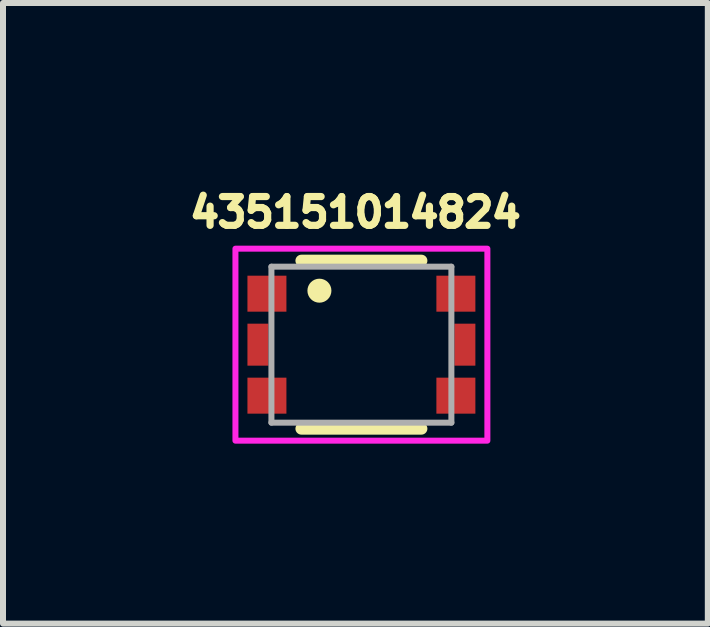
<source format=kicad_pcb>
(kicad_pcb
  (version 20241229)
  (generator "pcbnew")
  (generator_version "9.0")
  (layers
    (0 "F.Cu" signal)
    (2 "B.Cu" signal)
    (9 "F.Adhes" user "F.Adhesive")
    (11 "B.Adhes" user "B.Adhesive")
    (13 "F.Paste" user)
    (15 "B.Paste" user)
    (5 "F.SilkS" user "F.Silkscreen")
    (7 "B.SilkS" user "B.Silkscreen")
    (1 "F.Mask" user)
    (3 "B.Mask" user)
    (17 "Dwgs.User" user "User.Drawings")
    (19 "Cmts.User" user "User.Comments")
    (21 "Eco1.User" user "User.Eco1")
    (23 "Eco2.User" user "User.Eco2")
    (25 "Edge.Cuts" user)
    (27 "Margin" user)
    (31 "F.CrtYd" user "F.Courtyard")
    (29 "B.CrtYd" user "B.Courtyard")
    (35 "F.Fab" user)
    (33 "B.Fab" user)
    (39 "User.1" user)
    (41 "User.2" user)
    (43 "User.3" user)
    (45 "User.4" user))
  (footprint "435151014824"
    (layer "F.Cu")
    (at 2.975 2.696)
    (property "Reference" "435151014824" (at -0.1 -2.205 0) (layer "F.SilkS") (effects (font (size 0.48 0.48) (thickness 0.12))))
    (attr smd)
    (fp_line (start -1 -1.4) (end 1 -1.4) (stroke (width 0.2) (type solid)) (layer "F.SilkS"))
    (fp_line (start -1 1.4) (end 1 1.4) (stroke (width 0.2) (type solid)) (layer "F.SilkS"))
    (fp_circle (center -0.7 -0.9) (end -0.6 -0.9) (stroke (width 0.2) (type solid)) (fill no) (layer "F.SilkS"))
    (fp_poly (pts (xy -2.1 -1.6) (xy 2.1 -1.6) (xy 2.1 1.6) (xy -2.1 1.6)) (stroke (width 0.1) (type solid)) (fill no) (layer "F.CrtYd"))
    (fp_line (start -1.5 -1.3) (end 1.5 -1.3) (stroke (width 0.1) (type solid)) (layer "F.Fab"))
    (fp_line (start -1.5 1.3) (end -1.5 -1.3) (stroke (width 0.1) (type solid)) (layer "F.Fab"))
    (fp_line (start 1.5 -1.3) (end 1.5 1.3) (stroke (width 0.1) (type solid)) (layer "F.Fab"))
    (fp_line (start 1.5 1.3) (end -1.5 1.3) (stroke (width 0.1) (type solid)) (layer "F.Fab"))
    (pad "1" smd rect (at -1.575 -0.85) (size 0.65 0.6) (layers "F.Cu" "F.Mask" "F.Paste"))
    (pad "2" smd rect (at 1.575 -0.85) (size 0.65 0.6) (layers "F.Cu" "F.Mask" "F.Paste"))
    (pad "3" smd rect (at -1.575 0.85) (size 0.65 0.6) (layers "F.Cu" "F.Mask" "F.Paste"))
    (pad "4" smd rect (at 1.575 0.85) (size 0.65 0.6) (layers "F.Cu" "F.Mask" "F.Paste"))
    (pad "5" smd rect (at -1.725 0) (size 0.35 0.7) (layers "F.Cu" "F.Mask" "F.Paste"))
    (pad "6" smd rect (at 1.725 0) (size 0.35 0.7) (layers "F.Cu" "F.Mask" "F.Paste")))
  (gr_rect
    (start -3 -3)
    (end 8.75 7.346)
    (stroke (width 0.1) (type default))
    (fill no)
    (layer "Edge.Cuts")))
</source>
